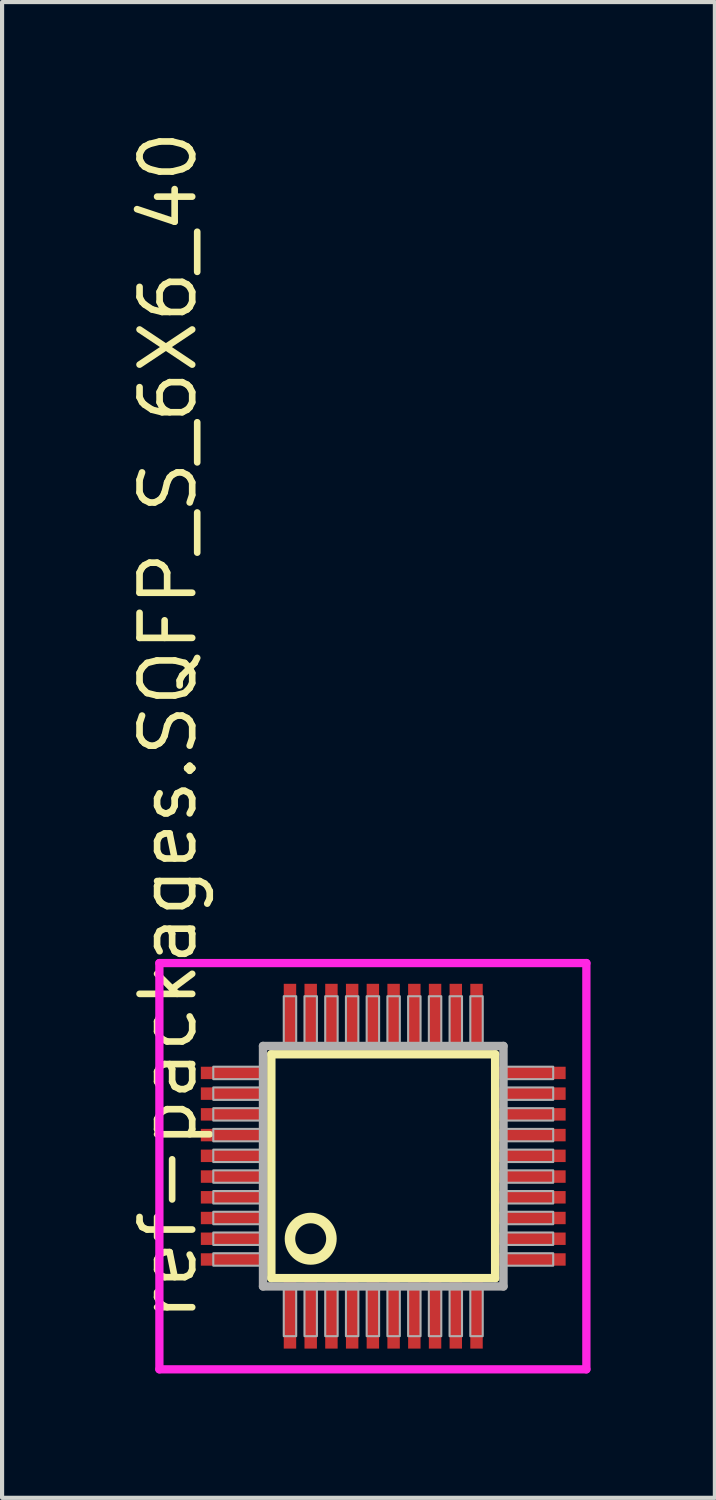
<source format=kicad_pcb>
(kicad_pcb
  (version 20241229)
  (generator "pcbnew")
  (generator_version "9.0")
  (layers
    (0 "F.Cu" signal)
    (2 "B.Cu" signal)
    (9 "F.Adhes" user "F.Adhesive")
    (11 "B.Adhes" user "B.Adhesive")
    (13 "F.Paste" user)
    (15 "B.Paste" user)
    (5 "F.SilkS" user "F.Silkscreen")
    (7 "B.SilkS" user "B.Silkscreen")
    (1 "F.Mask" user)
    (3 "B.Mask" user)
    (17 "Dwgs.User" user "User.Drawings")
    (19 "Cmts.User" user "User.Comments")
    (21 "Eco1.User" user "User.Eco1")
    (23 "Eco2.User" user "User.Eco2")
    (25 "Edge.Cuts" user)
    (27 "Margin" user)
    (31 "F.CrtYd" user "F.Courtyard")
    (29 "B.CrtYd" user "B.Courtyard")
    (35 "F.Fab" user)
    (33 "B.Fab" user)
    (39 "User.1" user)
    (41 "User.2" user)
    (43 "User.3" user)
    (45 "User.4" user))
  (footprint "ref-packages.SQFP_S_6X6_40"
    (layer "F.Cu")
    (at 6.195 25.082)
    (property "Reference" "ref-packages.SQFP_S_6X6_40" (at -4.445 3.81 90) (layer "F.SilkS") (effects (font (size 1.27 1.27) (thickness 0.16)) (justify left bottom)))
    (attr smd)
    (fp_line (start -2.7 -2.7) (end 2.7 -2.7) (stroke (width 0.203) (type default)) (layer "F.SilkS"))
    (fp_line (start -2.7 2.7) (end -2.7 -2.7) (stroke (width 0.203) (type default)) (layer "F.SilkS"))
    (fp_line (start 2.7 -2.7) (end 2.7 2.7) (stroke (width 0.203) (type default)) (layer "F.SilkS"))
    (fp_line (start 2.7 2.7) (end -2.7 2.7) (stroke (width 0.203) (type default)) (layer "F.SilkS"))
    (fp_circle (center -1.75 1.75) (end -1.25 1.75) (stroke (width 0.254) (type default)) (fill no) (layer "F.SilkS"))
    (fp_line (start -5.4 -4.9) (end 4.9 -4.9) (stroke (width 0.2) (type default)) (layer "F.CrtYd"))
    (fp_line (start -5.4 4.9) (end -5.4 -4.9) (stroke (width 0.2) (type default)) (layer "F.CrtYd"))
    (fp_line (start 4.9 -4.9) (end 4.9 4.9) (stroke (width 0.2) (type default)) (layer "F.CrtYd"))
    (fp_line (start 4.9 4.9) (end -5.4 4.9) (stroke (width 0.2) (type default)) (layer "F.CrtYd"))
    (fp_line (start -2.9 -2.9) (end -2.9 2.9) (stroke (width 0.203) (type default)) (layer "F.Fab"))
    (fp_line (start -2.9 2.9) (end 2.9 2.9) (stroke (width 0.203) (type default)) (layer "F.Fab"))
    (fp_line (start 2.9 -2.9) (end -2.9 -2.9) (stroke (width 0.203) (type default)) (layer "F.Fab"))
    (fp_line (start 2.9 2.9) (end 2.9 -2.9) (stroke (width 0.203) (type default)) (layer "F.Fab"))
    (fp_rect (start -4.1 -2.1) (end -2.95 -2.4) (stroke (width 0.05) (type default)) (fill no) (layer "F.Fab"))
    (fp_rect (start -4.1 -1.6) (end -2.95 -1.9) (stroke (width 0.05) (type default)) (fill no) (layer "F.Fab"))
    (fp_rect (start -4.1 -1.1) (end -2.95 -1.4) (stroke (width 0.05) (type default)) (fill no) (layer "F.Fab"))
    (fp_rect (start -4.1 -0.6) (end -2.95 -0.9) (stroke (width 0.05) (type default)) (fill no) (layer "F.Fab"))
    (fp_rect (start -4.1 -0.1) (end -2.95 -0.4) (stroke (width 0.05) (type default)) (fill no) (layer "F.Fab"))
    (fp_rect (start -4.1 0.4) (end -2.95 0.1) (stroke (width 0.05) (type default)) (fill no) (layer "F.Fab"))
    (fp_rect (start -4.1 0.9) (end -2.95 0.6) (stroke (width 0.05) (type default)) (fill no) (layer "F.Fab"))
    (fp_rect (start -4.1 1.4) (end -2.95 1.1) (stroke (width 0.05) (type default)) (fill no) (layer "F.Fab"))
    (fp_rect (start -4.1 1.9) (end -2.95 1.6) (stroke (width 0.05) (type default)) (fill no) (layer "F.Fab"))
    (fp_rect (start -4.1 2.4) (end -2.95 2.1) (stroke (width 0.05) (type default)) (fill no) (layer "F.Fab"))
    (fp_rect (start -2.4 -2.95) (end -2.1 -4.1) (stroke (width 0.05) (type default)) (fill no) (layer "F.Fab"))
    (fp_rect (start -2.4 4.1) (end -2.1 2.95) (stroke (width 0.05) (type default)) (fill no) (layer "F.Fab"))
    (fp_rect (start -1.9 -2.95) (end -1.6 -4.1) (stroke (width 0.05) (type default)) (fill no) (layer "F.Fab"))
    (fp_rect (start -1.9 4.1) (end -1.6 2.95) (stroke (width 0.05) (type default)) (fill no) (layer "F.Fab"))
    (fp_rect (start -1.4 -2.95) (end -1.1 -4.1) (stroke (width 0.05) (type default)) (fill no) (layer "F.Fab"))
    (fp_rect (start -1.4 4.1) (end -1.1 2.95) (stroke (width 0.05) (type default)) (fill no) (layer "F.Fab"))
    (fp_rect (start -0.9 -2.95) (end -0.6 -4.1) (stroke (width 0.05) (type default)) (fill no) (layer "F.Fab"))
    (fp_rect (start -0.9 4.1) (end -0.6 2.95) (stroke (width 0.05) (type default)) (fill no) (layer "F.Fab"))
    (fp_rect (start -0.4 -2.95) (end -0.1 -4.1) (stroke (width 0.05) (type default)) (fill no) (layer "F.Fab"))
    (fp_rect (start -0.4 4.1) (end -0.1 2.95) (stroke (width 0.05) (type default)) (fill no) (layer "F.Fab"))
    (fp_rect (start 0.1 -2.95) (end 0.4 -4.1) (stroke (width 0.05) (type default)) (fill no) (layer "F.Fab"))
    (fp_rect (start 0.1 4.1) (end 0.4 2.95) (stroke (width 0.05) (type default)) (fill no) (layer "F.Fab"))
    (fp_rect (start 0.6 -2.95) (end 0.9 -4.1) (stroke (width 0.05) (type default)) (fill no) (layer "F.Fab"))
    (fp_rect (start 0.6 4.1) (end 0.9 2.95) (stroke (width 0.05) (type default)) (fill no) (layer "F.Fab"))
    (fp_rect (start 1.1 -2.95) (end 1.4 -4.1) (stroke (width 0.05) (type default)) (fill no) (layer "F.Fab"))
    (fp_rect (start 1.1 4.1) (end 1.4 2.95) (stroke (width 0.05) (type default)) (fill no) (layer "F.Fab"))
    (fp_rect (start 1.6 -2.95) (end 1.9 -4.1) (stroke (width 0.05) (type default)) (fill no) (layer "F.Fab"))
    (fp_rect (start 1.6 4.1) (end 1.9 2.95) (stroke (width 0.05) (type default)) (fill no) (layer "F.Fab"))
    (fp_rect (start 2.1 -2.95) (end 2.4 -4.1) (stroke (width 0.05) (type default)) (fill no) (layer "F.Fab"))
    (fp_rect (start 2.1 4.1) (end 2.4 2.95) (stroke (width 0.05) (type default)) (fill no) (layer "F.Fab"))
    (fp_rect (start 2.95 -2.1) (end 4.1 -2.4) (stroke (width 0.05) (type default)) (fill no) (layer "F.Fab"))
    (fp_rect (start 2.95 -1.6) (end 4.1 -1.9) (stroke (width 0.05) (type default)) (fill no) (layer "F.Fab"))
    (fp_rect (start 2.95 -1.1) (end 4.1 -1.4) (stroke (width 0.05) (type default)) (fill no) (layer "F.Fab"))
    (fp_rect (start 2.95 -0.6) (end 4.1 -0.9) (stroke (width 0.05) (type default)) (fill no) (layer "F.Fab"))
    (fp_rect (start 2.95 -0.1) (end 4.1 -0.4) (stroke (width 0.05) (type default)) (fill no) (layer "F.Fab"))
    (fp_rect (start 2.95 0.4) (end 4.1 0.1) (stroke (width 0.05) (type default)) (fill no) (layer "F.Fab"))
    (fp_rect (start 2.95 0.9) (end 4.1 0.6) (stroke (width 0.05) (type default)) (fill no) (layer "F.Fab"))
    (fp_rect (start 2.95 1.4) (end 4.1 1.1) (stroke (width 0.05) (type default)) (fill no) (layer "F.Fab"))
    (fp_rect (start 2.95 1.9) (end 4.1 1.6) (stroke (width 0.05) (type default)) (fill no) (layer "F.Fab"))
    (fp_rect (start 2.95 2.4) (end 4.1 2.1) (stroke (width 0.05) (type default)) (fill no) (layer "F.Fab"))
    (pad "1" smd roundrect (at -2.25 3.6) (size 0.3 1.6) (layers "F.Cu" "F.Mask" "F.Paste") (roundrect_rratio 0.01))
    (pad "2" smd roundrect (at -1.75 3.6) (size 0.3 1.6) (layers "F.Cu" "F.Mask" "F.Paste") (roundrect_rratio 0.01))
    (pad "3" smd roundrect (at -1.25 3.6) (size 0.3 1.6) (layers "F.Cu" "F.Mask" "F.Paste") (roundrect_rratio 0.01))
    (pad "4" smd roundrect (at -0.75 3.6) (size 0.3 1.6) (layers "F.Cu" "F.Mask" "F.Paste") (roundrect_rratio 0.01))
    (pad "5" smd roundrect (at -0.25 3.6) (size 0.3 1.6) (layers "F.Cu" "F.Mask" "F.Paste") (roundrect_rratio 0.01))
    (pad "6" smd roundrect (at 0.25 3.6) (size 0.3 1.6) (layers "F.Cu" "F.Mask" "F.Paste") (roundrect_rratio 0.01))
    (pad "7" smd roundrect (at 0.75 3.6) (size 0.3 1.6) (layers "F.Cu" "F.Mask" "F.Paste") (roundrect_rratio 0.01))
    (pad "8" smd roundrect (at 1.25 3.6) (size 0.3 1.6) (layers "F.Cu" "F.Mask" "F.Paste") (roundrect_rratio 0.01))
    (pad "9" smd roundrect (at 1.75 3.6) (size 0.3 1.6) (layers "F.Cu" "F.Mask" "F.Paste") (roundrect_rratio 0.01))
    (pad "10" smd roundrect (at 2.25 3.6) (size 0.3 1.6) (layers "F.Cu" "F.Mask" "F.Paste") (roundrect_rratio 0.01))
    (pad "11" smd roundrect (at 3.6 2.25) (size 1.6 0.3) (layers "F.Cu" "F.Mask" "F.Paste") (roundrect_rratio 0.01))
    (pad "12" smd roundrect (at 3.6 1.75) (size 1.6 0.3) (layers "F.Cu" "F.Mask" "F.Paste") (roundrect_rratio 0.01))
    (pad "13" smd roundrect (at 3.6 1.25) (size 1.6 0.3) (layers "F.Cu" "F.Mask" "F.Paste") (roundrect_rratio 0.01))
    (pad "14" smd roundrect (at 3.6 0.75) (size 1.6 0.3) (layers "F.Cu" "F.Mask" "F.Paste") (roundrect_rratio 0.01))
    (pad "15" smd roundrect (at 3.6 0.25) (size 1.6 0.3) (layers "F.Cu" "F.Mask" "F.Paste") (roundrect_rratio 0.01))
    (pad "16" smd roundrect (at 3.6 -0.25) (size 1.6 0.3) (layers "F.Cu" "F.Mask" "F.Paste") (roundrect_rratio 0.01))
    (pad "17" smd roundrect (at 3.6 -0.75) (size 1.6 0.3) (layers "F.Cu" "F.Mask" "F.Paste") (roundrect_rratio 0.01))
    (pad "18" smd roundrect (at 3.6 -1.25) (size 1.6 0.3) (layers "F.Cu" "F.Mask" "F.Paste") (roundrect_rratio 0.01))
    (pad "19" smd roundrect (at 3.6 -1.75) (size 1.6 0.3) (layers "F.Cu" "F.Mask" "F.Paste") (roundrect_rratio 0.01))
    (pad "20" smd roundrect (at 3.6 -2.25) (size 1.6 0.3) (layers "F.Cu" "F.Mask" "F.Paste") (roundrect_rratio 0.01))
    (pad "21" smd roundrect (at 2.25 -3.6) (size 0.3 1.6) (layers "F.Cu" "F.Mask" "F.Paste") (roundrect_rratio 0.01))
    (pad "22" smd roundrect (at 1.75 -3.6) (size 0.3 1.6) (layers "F.Cu" "F.Mask" "F.Paste") (roundrect_rratio 0.01))
    (pad "23" smd roundrect (at 1.25 -3.6) (size 0.3 1.6) (layers "F.Cu" "F.Mask" "F.Paste") (roundrect_rratio 0.01))
    (pad "24" smd roundrect (at 0.75 -3.6) (size 0.3 1.6) (layers "F.Cu" "F.Mask" "F.Paste") (roundrect_rratio 0.01))
    (pad "25" smd roundrect (at 0.25 -3.6) (size 0.3 1.6) (layers "F.Cu" "F.Mask" "F.Paste") (roundrect_rratio 0.01))
    (pad "26" smd roundrect (at -0.25 -3.6) (size 0.3 1.6) (layers "F.Cu" "F.Mask" "F.Paste") (roundrect_rratio 0.01))
    (pad "27" smd roundrect (at -0.75 -3.6) (size 0.3 1.6) (layers "F.Cu" "F.Mask" "F.Paste") (roundrect_rratio 0.01))
    (pad "28" smd roundrect (at -1.25 -3.6) (size 0.3 1.6) (layers "F.Cu" "F.Mask" "F.Paste") (roundrect_rratio 0.01))
    (pad "29" smd roundrect (at -1.75 -3.6) (size 0.3 1.6) (layers "F.Cu" "F.Mask" "F.Paste") (roundrect_rratio 0.01))
    (pad "30" smd roundrect (at -2.25 -3.6) (size 0.3 1.6) (layers "F.Cu" "F.Mask" "F.Paste") (roundrect_rratio 0.01))
    (pad "31" smd roundrect (at -3.6 -2.25) (size 1.6 0.3) (layers "F.Cu" "F.Mask" "F.Paste") (roundrect_rratio 0.01))
    (pad "32" smd roundrect (at -3.6 -1.75) (size 1.6 0.3) (layers "F.Cu" "F.Mask" "F.Paste") (roundrect_rratio 0.01))
    (pad "33" smd roundrect (at -3.6 -1.25) (size 1.6 0.3) (layers "F.Cu" "F.Mask" "F.Paste") (roundrect_rratio 0.01))
    (pad "34" smd roundrect (at -3.6 -0.75) (size 1.6 0.3) (layers "F.Cu" "F.Mask" "F.Paste") (roundrect_rratio 0.01))
    (pad "35" smd roundrect (at -3.6 -0.25) (size 1.6 0.3) (layers "F.Cu" "F.Mask" "F.Paste") (roundrect_rratio 0.01))
    (pad "36" smd roundrect (at -3.6 0.25) (size 1.6 0.3) (layers "F.Cu" "F.Mask" "F.Paste") (roundrect_rratio 0.01))
    (pad "37" smd roundrect (at -3.6 0.75) (size 1.6 0.3) (layers "F.Cu" "F.Mask" "F.Paste") (roundrect_rratio 0.01))
    (pad "38" smd roundrect (at -3.6 1.25) (size 1.6 0.3) (layers "F.Cu" "F.Mask" "F.Paste") (roundrect_rratio 0.01))
    (pad "39" smd roundrect (at -3.6 1.75) (size 1.6 0.3) (layers "F.Cu" "F.Mask" "F.Paste") (roundrect_rratio 0.01))
    (pad "40" smd roundrect (at -3.6 2.25) (size 1.6 0.3) (layers "F.Cu" "F.Mask" "F.Paste") (roundrect_rratio 0.01)))
  (gr_rect
    (start -3 -3)
    (end 14.195 33.082)
    (stroke (width 0.1) (type default))
    (fill no)
    (layer "Edge.Cuts")))
</source>
